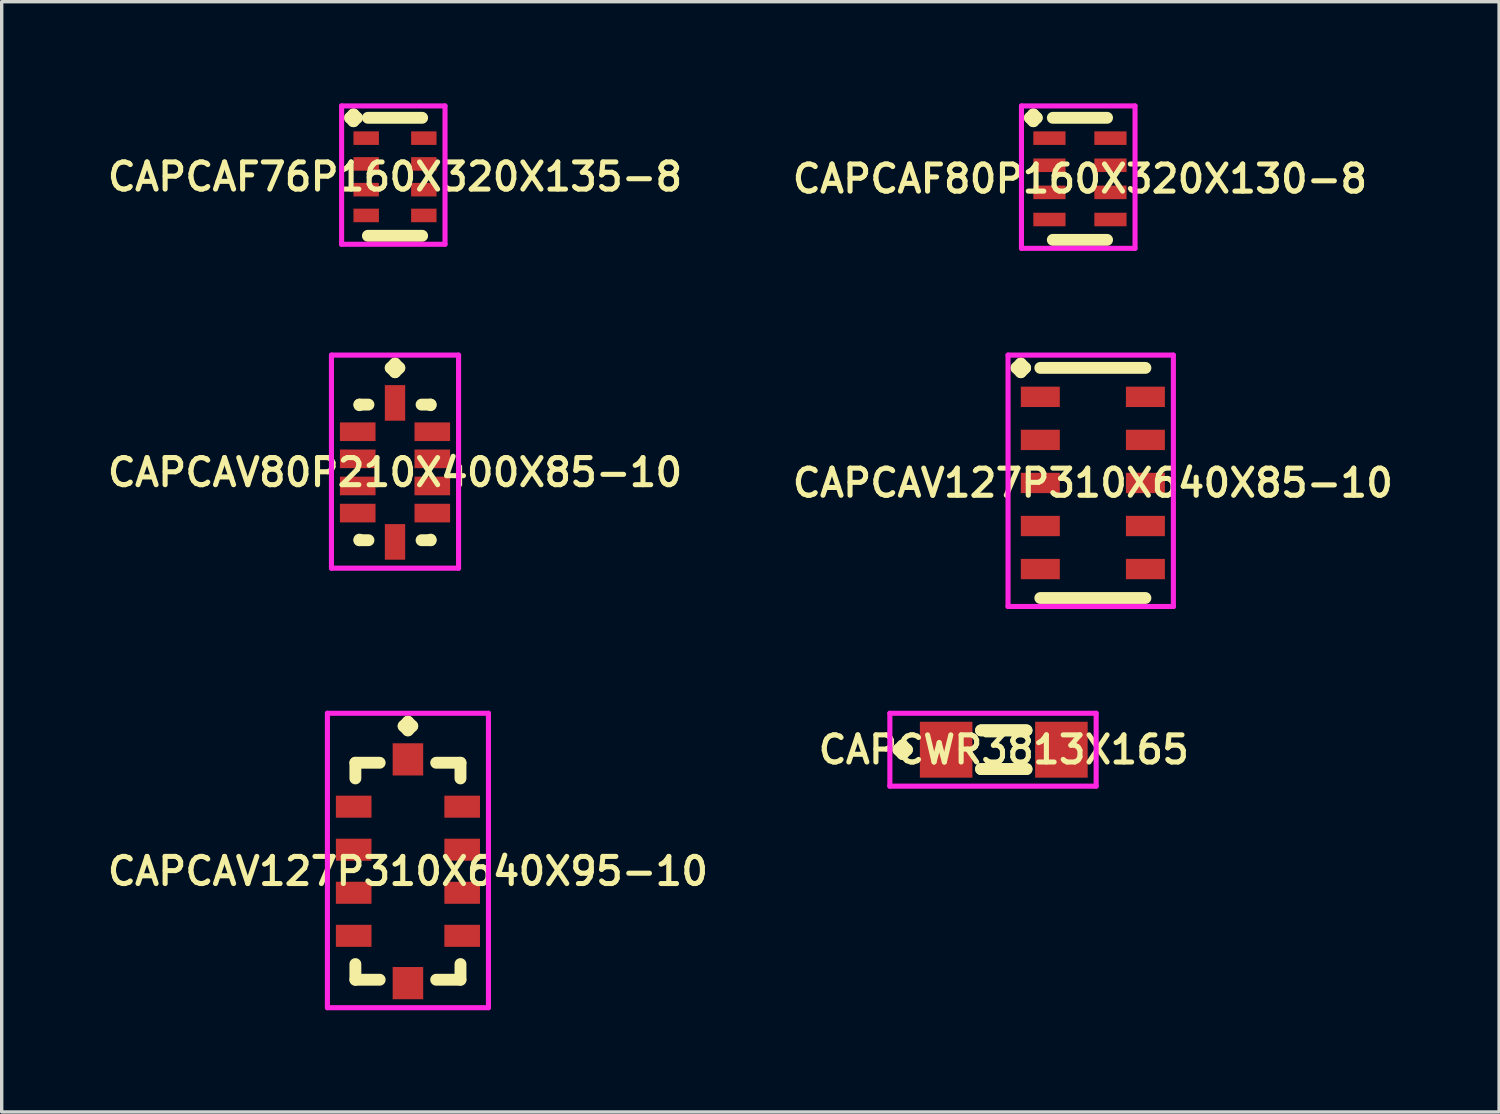
<source format=kicad_pcb>
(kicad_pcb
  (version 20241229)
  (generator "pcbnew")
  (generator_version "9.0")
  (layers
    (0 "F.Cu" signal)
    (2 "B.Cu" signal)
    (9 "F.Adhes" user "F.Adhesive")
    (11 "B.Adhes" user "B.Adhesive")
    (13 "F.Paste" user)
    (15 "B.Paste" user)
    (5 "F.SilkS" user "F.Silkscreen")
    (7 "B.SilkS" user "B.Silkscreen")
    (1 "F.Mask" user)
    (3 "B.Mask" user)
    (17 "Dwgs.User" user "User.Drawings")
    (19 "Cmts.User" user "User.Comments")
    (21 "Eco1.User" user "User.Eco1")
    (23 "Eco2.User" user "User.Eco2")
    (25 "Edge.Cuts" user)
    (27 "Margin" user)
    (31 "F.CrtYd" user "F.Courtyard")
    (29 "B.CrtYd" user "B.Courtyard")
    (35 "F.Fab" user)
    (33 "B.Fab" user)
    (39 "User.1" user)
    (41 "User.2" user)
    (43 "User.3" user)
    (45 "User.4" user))
  (footprint "CAPCWR3813X165"
    (layer "F.Cu")
    (at 26.559 19.065)
    (property "Reference" "CAPCWR3813X165" (at 0 0 0) (layer "F.SilkS") (effects (font (size 0.8 0.8) (thickness 0.15))))
    (attr smd)
    (fp_line (start -3.11 0) (end -2.983 -0.127) (stroke (width 0.35) (type solid)) (layer "F.SilkS"))
    (fp_line (start -2.983 -0.127) (end -2.856 0) (stroke (width 0.35) (type solid)) (layer "F.SilkS"))
    (fp_line (start -2.983 0.127) (end -3.11 0) (stroke (width 0.35) (type solid)) (layer "F.SilkS"))
    (fp_line (start -2.856 0) (end -2.983 0.127) (stroke (width 0.35) (type solid)) (layer "F.SilkS"))
    (fp_line (start -0.671 -0.571) (end 0.671 -0.571) (stroke (width 0.35) (type solid)) (layer "F.SilkS"))
    (fp_line (start -0.671 0.571) (end 0.671 0.571) (stroke (width 0.35) (type solid)) (layer "F.SilkS"))
    (fp_line (start 0.671 -0.571) (end -0.671 -0.571) (stroke (width 0.35) (type solid)) (layer "F.SilkS"))
    (fp_line (start 0.671 0.571) (end -0.671 0.571) (stroke (width 0.35) (type solid)) (layer "F.SilkS"))
    (fp_line (start -3.36 -1.075) (end 2.725 -1.075) (stroke (width 0.15) (type solid)) (layer "F.CrtYd"))
    (fp_line (start -3.36 1.075) (end -3.36 -1.075) (stroke (width 0.15) (type solid)) (layer "F.CrtYd"))
    (fp_line (start 2.725 -1.075) (end 2.725 1.075) (stroke (width 0.15) (type solid)) (layer "F.CrtYd"))
    (fp_line (start 2.725 1.075) (end -3.36 1.075) (stroke (width 0.15) (type solid)) (layer "F.CrtYd"))
    (pad "1" smd rect (at -1.7 0) (size 1.55 1.65) (layers "F.Cu" "F.Mask" "F.Paste"))
    (pad "2" smd rect (at 1.7 0) (size 1.55 1.65) (layers "F.Cu" "F.Mask" "F.Paste")))
  (footprint "CAPCAV127P310X640X95-10"
    (layer "F.Cu")
    (at 8.983 22.65)
    (property "Reference" "CAPCAV127P310X640X95-10" (at 0 0 0) (layer "F.SilkS") (effects (font (size 0.8 0.8) (thickness 0.15))))
    (attr smd)
    (fp_line (start -1.55 -3.2) (end -0.833 -3.2) (stroke (width 0.35) (type solid)) (layer "F.SilkS"))
    (fp_line (start -1.55 -2.738) (end -1.55 -3.2) (stroke (width 0.35) (type solid)) (layer "F.SilkS"))
    (fp_line (start -1.55 2.738) (end -1.55 3.2) (stroke (width 0.35) (type solid)) (layer "F.SilkS"))
    (fp_line (start -1.55 3.2) (end -0.833 3.2) (stroke (width 0.35) (type solid)) (layer "F.SilkS"))
    (fp_line (start -0.127 -4.283) (end 0 -4.41) (stroke (width 0.35) (type solid)) (layer "F.SilkS"))
    (fp_line (start 0 -4.41) (end 0.127 -4.283) (stroke (width 0.35) (type solid)) (layer "F.SilkS"))
    (fp_line (start 0 -4.156) (end -0.127 -4.283) (stroke (width 0.35) (type solid)) (layer "F.SilkS"))
    (fp_line (start 0.127 -4.283) (end 0 -4.156) (stroke (width 0.35) (type solid)) (layer "F.SilkS"))
    (fp_line (start 1.55 -3.2) (end 0.833 -3.2) (stroke (width 0.35) (type solid)) (layer "F.SilkS"))
    (fp_line (start 1.55 -2.738) (end 1.55 -3.2) (stroke (width 0.35) (type solid)) (layer "F.SilkS"))
    (fp_line (start 1.55 2.738) (end 1.55 3.2) (stroke (width 0.35) (type solid)) (layer "F.SilkS"))
    (fp_line (start 1.55 3.2) (end 0.833 3.2) (stroke (width 0.35) (type solid)) (layer "F.SilkS"))
    (fp_line (start -2.375 -4.66) (end 2.375 -4.66) (stroke (width 0.15) (type solid)) (layer "F.CrtYd"))
    (fp_line (start -2.375 4.025) (end -2.375 -4.66) (stroke (width 0.15) (type solid)) (layer "F.CrtYd"))
    (fp_line (start 2.375 -4.66) (end 2.375 4.025) (stroke (width 0.15) (type solid)) (layer "F.CrtYd"))
    (fp_line (start 2.375 4.025) (end -2.375 4.025) (stroke (width 0.15) (type solid)) (layer "F.CrtYd"))
    (pad "1" smd rect (at 0 -3.3) (size 0.9 0.95) (layers "F.Cu" "F.Mask" "F.Paste"))
    (pad "2" smd rect (at -1.6 -1.905) (size 1.05 0.65) (layers "F.Cu" "F.Mask" "F.Paste"))
    (pad "3" smd rect (at -1.6 -0.635) (size 1.05 0.65) (layers "F.Cu" "F.Mask" "F.Paste"))
    (pad "4" smd rect (at -1.6 0.635) (size 1.05 0.65) (layers "F.Cu" "F.Mask" "F.Paste"))
    (pad "5" smd rect (at -1.6 1.905) (size 1.05 0.65) (layers "F.Cu" "F.Mask" "F.Paste"))
    (pad "6" smd rect (at 0 3.3) (size 0.9 0.95) (layers "F.Cu" "F.Mask" "F.Paste"))
    (pad "7" smd rect (at 1.6 1.905) (size 1.05 0.65) (layers "F.Cu" "F.Mask" "F.Paste"))
    (pad "8" smd rect (at 1.6 0.635) (size 1.05 0.65) (layers "F.Cu" "F.Mask" "F.Paste"))
    (pad "9" smd rect (at 1.6 -0.635) (size 1.05 0.65) (layers "F.Cu" "F.Mask" "F.Paste"))
    (pad "10" smd rect (at 1.6 -1.905) (size 1.05 0.65) (layers "F.Cu" "F.Mask" "F.Paste")))
  (footprint "CAPCAF76P160X320X135-8"
    (layer "F.Cu")
    (at 8.602 2.165)
    (property "Reference" "CAPCAF76P160X320X135-8" (at 0 0 0) (layer "F.SilkS") (effects (font (size 0.8 0.8) (thickness 0.15))))
    (attr smd)
    (fp_line (start -1.325 -1.74) (end -1.225 -1.84) (stroke (width 0.35) (type solid)) (layer "F.SilkS"))
    (fp_line (start -1.225 -1.84) (end -1.125 -1.74) (stroke (width 0.35) (type solid)) (layer "F.SilkS"))
    (fp_line (start -1.225 -1.64) (end -1.325 -1.74) (stroke (width 0.35) (type solid)) (layer "F.SilkS"))
    (fp_line (start -1.125 -1.74) (end -1.225 -1.64) (stroke (width 0.35) (type solid)) (layer "F.SilkS"))
    (fp_line (start -0.8 -1.74) (end 0.8 -1.74) (stroke (width 0.35) (type solid)) (layer "F.SilkS"))
    (fp_line (start -0.8 1.74) (end 0.8 1.74) (stroke (width 0.35) (type solid)) (layer "F.SilkS"))
    (fp_line (start -1.575 -2.09) (end 1.475 -2.09) (stroke (width 0.15) (type solid)) (layer "F.CrtYd"))
    (fp_line (start -1.575 1.99) (end -1.575 -2.09) (stroke (width 0.15) (type solid)) (layer "F.CrtYd"))
    (fp_line (start 1.475 -2.09) (end 1.475 1.99) (stroke (width 0.15) (type solid)) (layer "F.CrtYd"))
    (fp_line (start 1.475 1.99) (end -1.575 1.99) (stroke (width 0.15) (type solid)) (layer "F.CrtYd"))
    (pad "1" smd rect (at -0.85 -1.14) (size 0.75 0.4) (layers "F.Cu" "F.Mask" "F.Paste"))
    (pad "2" smd rect (at -0.85 -0.38) (size 0.75 0.4) (layers "F.Cu" "F.Mask" "F.Paste"))
    (pad "3" smd rect (at -0.85 0.38) (size 0.75 0.4) (layers "F.Cu" "F.Mask" "F.Paste"))
    (pad "4" smd rect (at -0.85 1.14) (size 0.75 0.4) (layers "F.Cu" "F.Mask" "F.Paste"))
    (pad "5" smd rect (at 0.85 1.14) (size 0.75 0.4) (layers "F.Cu" "F.Mask" "F.Paste"))
    (pad "6" smd rect (at 0.85 0.38) (size 0.75 0.4) (layers "F.Cu" "F.Mask" "F.Paste"))
    (pad "7" smd rect (at 0.85 -0.38) (size 0.75 0.4) (layers "F.Cu" "F.Mask" "F.Paste"))
    (pad "8" smd rect (at 0.85 -1.14) (size 0.75 0.4) (layers "F.Cu" "F.Mask" "F.Paste")))
  (footprint "CAPCAV80P210X400X85-10"
    (layer "F.Cu")
    (at 8.602 10.885)
    (property "Reference" "CAPCAV80P210X400X85-10" (at 0 0 0) (layer "F.SilkS") (effects (font (size 0.8 0.8) (thickness 0.15))))
    (attr smd)
    (fp_line (start -1.05 -2) (end -0.783 -2) (stroke (width 0.35) (type solid)) (layer "F.SilkS"))
    (fp_line (start -1.05 -1.983) (end -1.05 -2) (stroke (width 0.35) (type solid)) (layer "F.SilkS"))
    (fp_line (start -1.05 1.983) (end -1.05 2) (stroke (width 0.35) (type solid)) (layer "F.SilkS"))
    (fp_line (start -1.05 2) (end -0.783 2) (stroke (width 0.35) (type solid)) (layer "F.SilkS"))
    (fp_line (start -0.127 -3.083) (end 0 -3.21) (stroke (width 0.35) (type solid)) (layer "F.SilkS"))
    (fp_line (start 0 -3.21) (end 0.127 -3.083) (stroke (width 0.35) (type solid)) (layer "F.SilkS"))
    (fp_line (start 0 -2.956) (end -0.127 -3.083) (stroke (width 0.35) (type solid)) (layer "F.SilkS"))
    (fp_line (start 0.127 -3.083) (end 0 -2.956) (stroke (width 0.35) (type solid)) (layer "F.SilkS"))
    (fp_line (start 1.05 -2) (end 0.783 -2) (stroke (width 0.35) (type solid)) (layer "F.SilkS"))
    (fp_line (start 1.05 -1.983) (end 1.05 -2) (stroke (width 0.35) (type solid)) (layer "F.SilkS"))
    (fp_line (start 1.05 1.983) (end 1.05 2) (stroke (width 0.35) (type solid)) (layer "F.SilkS"))
    (fp_line (start 1.05 2) (end 0.783 2) (stroke (width 0.35) (type solid)) (layer "F.SilkS"))
    (fp_line (start -1.875 -3.46) (end 1.875 -3.46) (stroke (width 0.15) (type solid)) (layer "F.CrtYd"))
    (fp_line (start -1.875 2.825) (end -1.875 -3.46) (stroke (width 0.15) (type solid)) (layer "F.CrtYd"))
    (fp_line (start 1.875 -3.46) (end 1.875 2.825) (stroke (width 0.15) (type solid)) (layer "F.CrtYd"))
    (fp_line (start 1.875 2.825) (end -1.875 2.825) (stroke (width 0.15) (type solid)) (layer "F.CrtYd"))
    (pad "1" smd rect (at 0 -2.05) (size 0.6 1.05) (layers "F.Cu" "F.Mask" "F.Paste"))
    (pad "2" smd rect (at -1.1 -1.2) (size 1.05 0.55) (layers "F.Cu" "F.Mask" "F.Paste"))
    (pad "3" smd rect (at -1.1 -0.4) (size 1.05 0.55) (layers "F.Cu" "F.Mask" "F.Paste"))
    (pad "4" smd rect (at -1.1 0.4) (size 1.05 0.55) (layers "F.Cu" "F.Mask" "F.Paste"))
    (pad "5" smd rect (at -1.1 1.2) (size 1.05 0.55) (layers "F.Cu" "F.Mask" "F.Paste"))
    (pad "6" smd rect (at 0 2.05) (size 0.6 1.05) (layers "F.Cu" "F.Mask" "F.Paste"))
    (pad "7" smd rect (at 1.1 1.2) (size 1.05 0.55) (layers "F.Cu" "F.Mask" "F.Paste"))
    (pad "8" smd rect (at 1.1 0.4) (size 1.05 0.55) (layers "F.Cu" "F.Mask" "F.Paste"))
    (pad "9" smd rect (at 1.1 -0.4) (size 1.05 0.55) (layers "F.Cu" "F.Mask" "F.Paste"))
    (pad "10" smd rect (at 1.1 -1.2) (size 1.05 0.55) (layers "F.Cu" "F.Mask" "F.Paste")))
  (footprint "CAPCAF80P160X320X130-8"
    (layer "F.Cu")
    (at 28.806 2.225)
    (property "Reference" "CAPCAF80P160X320X130-8" (at 0 0 0) (layer "F.SilkS") (effects (font (size 0.8 0.8) (thickness 0.15))))
    (attr smd)
    (fp_line (start -1.475 -1.8) (end -1.375 -1.9) (stroke (width 0.35) (type solid)) (layer "F.SilkS"))
    (fp_line (start -1.375 -1.9) (end -1.275 -1.8) (stroke (width 0.35) (type solid)) (layer "F.SilkS"))
    (fp_line (start -1.375 -1.7) (end -1.475 -1.8) (stroke (width 0.35) (type solid)) (layer "F.SilkS"))
    (fp_line (start -1.275 -1.8) (end -1.375 -1.7) (stroke (width 0.35) (type solid)) (layer "F.SilkS"))
    (fp_line (start -0.8 -1.8) (end 0.8 -1.8) (stroke (width 0.35) (type solid)) (layer "F.SilkS"))
    (fp_line (start -0.8 1.8) (end 0.8 1.8) (stroke (width 0.35) (type solid)) (layer "F.SilkS"))
    (fp_line (start -1.725 -2.15) (end 1.625 -2.15) (stroke (width 0.15) (type solid)) (layer "F.CrtYd"))
    (fp_line (start -1.725 2.05) (end -1.725 -2.15) (stroke (width 0.15) (type solid)) (layer "F.CrtYd"))
    (fp_line (start 1.625 -2.15) (end 1.625 2.05) (stroke (width 0.15) (type solid)) (layer "F.CrtYd"))
    (fp_line (start 1.625 2.05) (end -1.725 2.05) (stroke (width 0.15) (type solid)) (layer "F.CrtYd"))
    (pad "1" smd rect (at -0.9 -1.2) (size 0.95 0.4) (layers "F.Cu" "F.Mask" "F.Paste"))
    (pad "2" smd rect (at -0.9 -0.4) (size 0.95 0.4) (layers "F.Cu" "F.Mask" "F.Paste"))
    (pad "3" smd rect (at -0.9 0.4) (size 0.95 0.4) (layers "F.Cu" "F.Mask" "F.Paste"))
    (pad "4" smd rect (at -0.9 1.2) (size 0.95 0.4) (layers "F.Cu" "F.Mask" "F.Paste"))
    (pad "5" smd rect (at 0.9 1.2) (size 0.95 0.4) (layers "F.Cu" "F.Mask" "F.Paste"))
    (pad "6" smd rect (at 0.9 0.4) (size 0.95 0.4) (layers "F.Cu" "F.Mask" "F.Paste"))
    (pad "7" smd rect (at 0.9 -0.4) (size 0.95 0.4) (layers "F.Cu" "F.Mask" "F.Paste"))
    (pad "8" smd rect (at 0.9 -1.2) (size 0.95 0.4) (layers "F.Cu" "F.Mask" "F.Paste")))
  (footprint "CAPCAV127P310X640X85-10"
    (layer "F.Cu")
    (at 29.187 11.196)
    (property "Reference" "CAPCAV127P310X640X85-10" (at 0 0 0) (layer "F.SilkS") (effects (font (size 0.8 0.8) (thickness 0.15))))
    (attr smd)
    (fp_line (start -2.252 -3.394) (end -2.125 -3.521) (stroke (width 0.35) (type solid)) (layer "F.SilkS"))
    (fp_line (start -2.125 -3.521) (end -1.998 -3.394) (stroke (width 0.35) (type solid)) (layer "F.SilkS"))
    (fp_line (start -2.125 -3.267) (end -2.252 -3.394) (stroke (width 0.35) (type solid)) (layer "F.SilkS"))
    (fp_line (start -1.998 -3.394) (end -2.125 -3.267) (stroke (width 0.35) (type solid)) (layer "F.SilkS"))
    (fp_line (start -1.55 -3.394) (end 1.55 -3.394) (stroke (width 0.35) (type solid)) (layer "F.SilkS"))
    (fp_line (start -1.55 3.394) (end 1.55 3.394) (stroke (width 0.35) (type solid)) (layer "F.SilkS"))
    (fp_line (start -2.502 -3.771) (end 2.375 -3.771) (stroke (width 0.15) (type solid)) (layer "F.CrtYd"))
    (fp_line (start -2.502 3.644) (end -2.502 -3.771) (stroke (width 0.15) (type solid)) (layer "F.CrtYd"))
    (fp_line (start 2.375 -3.771) (end 2.375 3.644) (stroke (width 0.15) (type solid)) (layer "F.CrtYd"))
    (fp_line (start 2.375 3.644) (end -2.502 3.644) (stroke (width 0.15) (type solid)) (layer "F.CrtYd"))
    (pad "1" smd rect (at -1.55 -2.54) (size 1.15 0.6) (layers "F.Cu" "F.Mask" "F.Paste"))
    (pad "2" smd rect (at -1.55 -1.27) (size 1.15 0.6) (layers "F.Cu" "F.Mask" "F.Paste"))
    (pad "3" smd rect (at -1.55 0) (size 1.15 0.6) (layers "F.Cu" "F.Mask" "F.Paste"))
    (pad "4" smd rect (at -1.55 1.27) (size 1.15 0.6) (layers "F.Cu" "F.Mask" "F.Paste"))
    (pad "5" smd rect (at -1.55 2.54) (size 1.15 0.6) (layers "F.Cu" "F.Mask" "F.Paste"))
    (pad "6" smd rect (at 1.55 2.54) (size 1.15 0.6) (layers "F.Cu" "F.Mask" "F.Paste"))
    (pad "7" smd rect (at 1.55 1.27) (size 1.15 0.6) (layers "F.Cu" "F.Mask" "F.Paste"))
    (pad "8" smd rect (at 1.55 0) (size 1.15 0.6) (layers "F.Cu" "F.Mask" "F.Paste"))
    (pad "9" smd rect (at 1.55 -1.27) (size 1.15 0.6) (layers "F.Cu" "F.Mask" "F.Paste"))
    (pad "10" smd rect (at 1.55 -2.54) (size 1.15 0.6) (layers "F.Cu" "F.Mask" "F.Paste")))
  (gr_rect
    (start -3 -3)
    (end 41.17 29.75)
    (stroke (width 0.1) (type default))
    (fill no)
    (layer "Edge.Cuts")))
</source>
